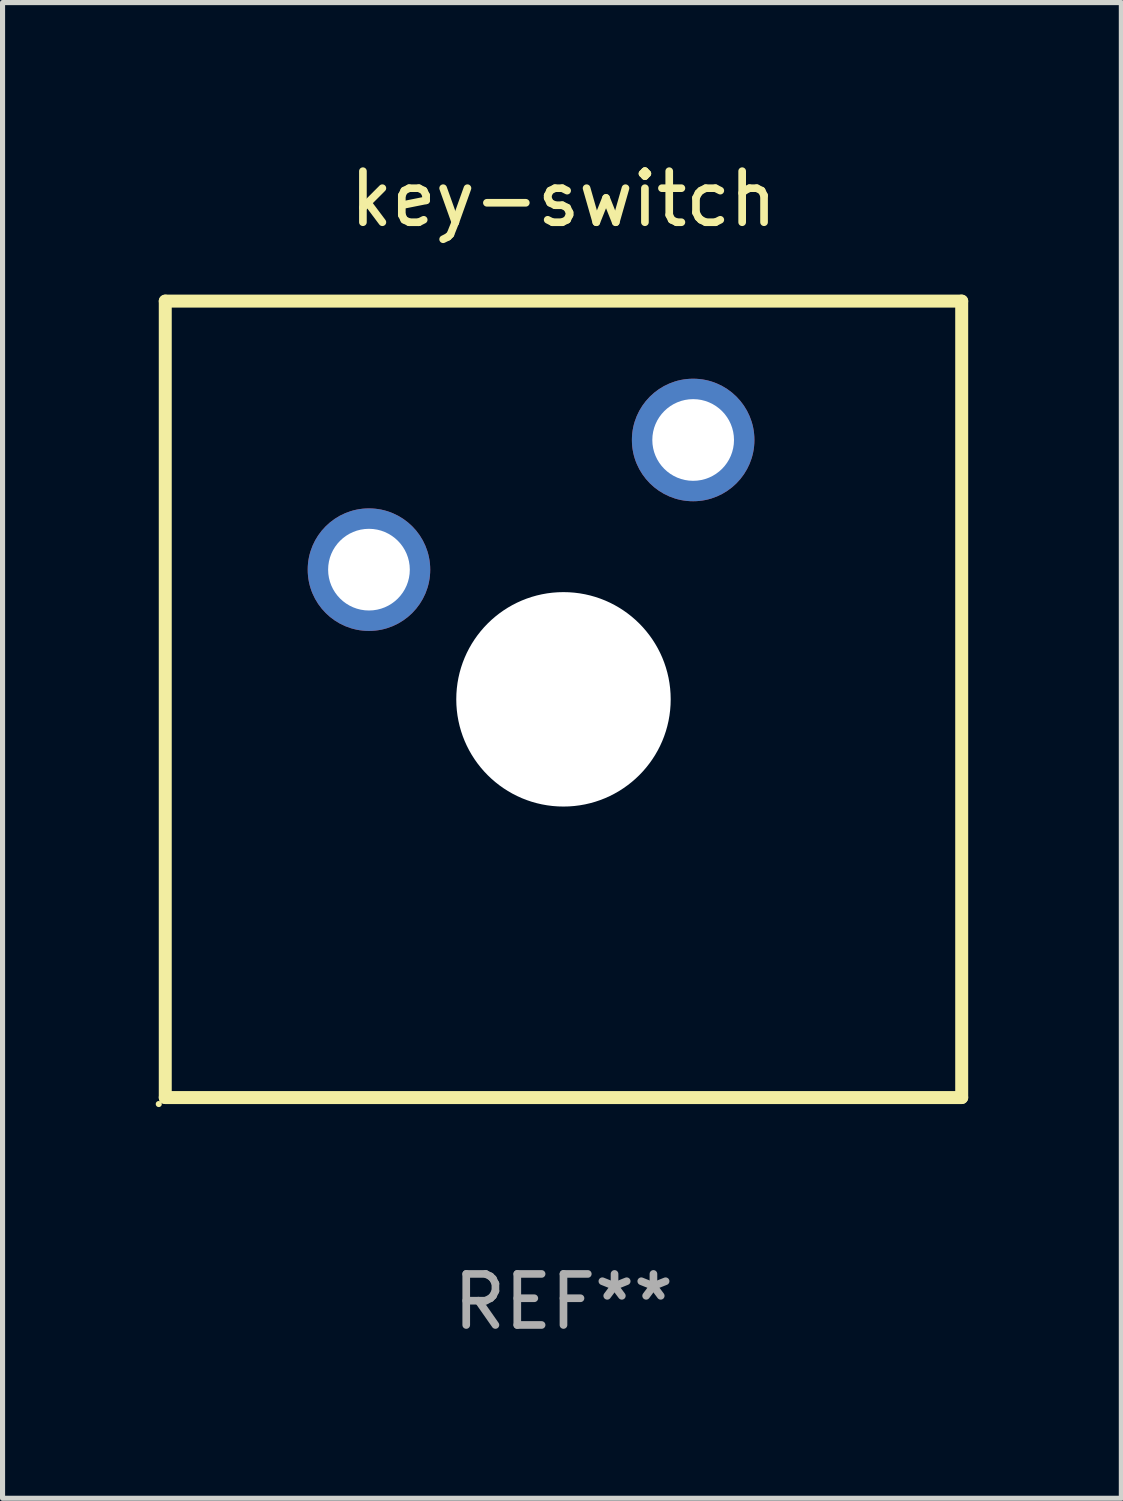
<source format=kicad_pcb>
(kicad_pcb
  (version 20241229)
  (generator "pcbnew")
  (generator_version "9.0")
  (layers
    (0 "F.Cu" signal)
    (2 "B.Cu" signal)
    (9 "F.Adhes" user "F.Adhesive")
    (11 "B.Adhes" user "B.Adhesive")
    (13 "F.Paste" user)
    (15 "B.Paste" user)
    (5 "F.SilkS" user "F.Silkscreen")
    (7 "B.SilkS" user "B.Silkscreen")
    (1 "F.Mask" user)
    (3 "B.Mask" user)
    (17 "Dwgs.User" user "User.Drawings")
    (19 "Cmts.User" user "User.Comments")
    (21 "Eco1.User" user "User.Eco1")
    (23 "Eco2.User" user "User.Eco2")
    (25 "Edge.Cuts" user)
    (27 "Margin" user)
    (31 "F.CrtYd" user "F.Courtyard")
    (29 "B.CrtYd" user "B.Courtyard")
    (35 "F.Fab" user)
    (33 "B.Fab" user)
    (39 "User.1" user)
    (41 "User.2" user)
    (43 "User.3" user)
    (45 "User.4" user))
  (footprint "key-switch"
    (layer "F.Cu")
    (at 7.987 10.648)
    (property "Reference" "key-switch" (at 0 -9.8 0) (layer "F.SilkS") (effects (font (size 1 1) (thickness 0.15))))
    (attr through_hole)
    (fp_line (start -7.8 -7.8) (end -7.8 7.8) (stroke (width 0.254) (type solid)) (layer "F.SilkS"))
    (fp_line (start -7.8 -7.8) (end 7.8 -7.8) (stroke (width 0.254) (type solid)) (layer "F.SilkS"))
    (fp_line (start -7.8 7.8) (end 7.8 7.8) (stroke (width 0.254) (type solid)) (layer "F.SilkS"))
    (fp_line (start 7.8 -7.8) (end 7.8 7.8) (stroke (width 0.254) (type solid)) (layer "F.SilkS"))
    (fp_circle (center -7.927 7.927) (end -7.897 7.927) (stroke (width 0.06) (type solid)) (fill no) (layer "F.SilkS"))
    (fp_text user "REF**" (at 0 11.8 0) (layer "F.Fab") (effects (font (size 1 1) (thickness 0.15))))
    (pad "" np_thru_hole circle (at 0 0) (size 4.2 4.2) (drill 4.2) (layers "*.Cu" "*.Mask"))
    (pad "1" thru_hole circle (at -3.81 -2.54) (size 2.4 2.4) (drill 1.6) (layers "*.Cu" "*.Mask"))
    (pad "2" thru_hole circle (at 2.54 -5.08) (size 2.4 2.4) (drill 1.6) (layers "*.Cu" "*.Mask")))
  (gr_rect
    (start -3 -3)
    (end 18.914 26.297)
    (stroke (width 0.1) (type default))
    (fill no)
    (layer "Edge.Cuts")))
</source>
